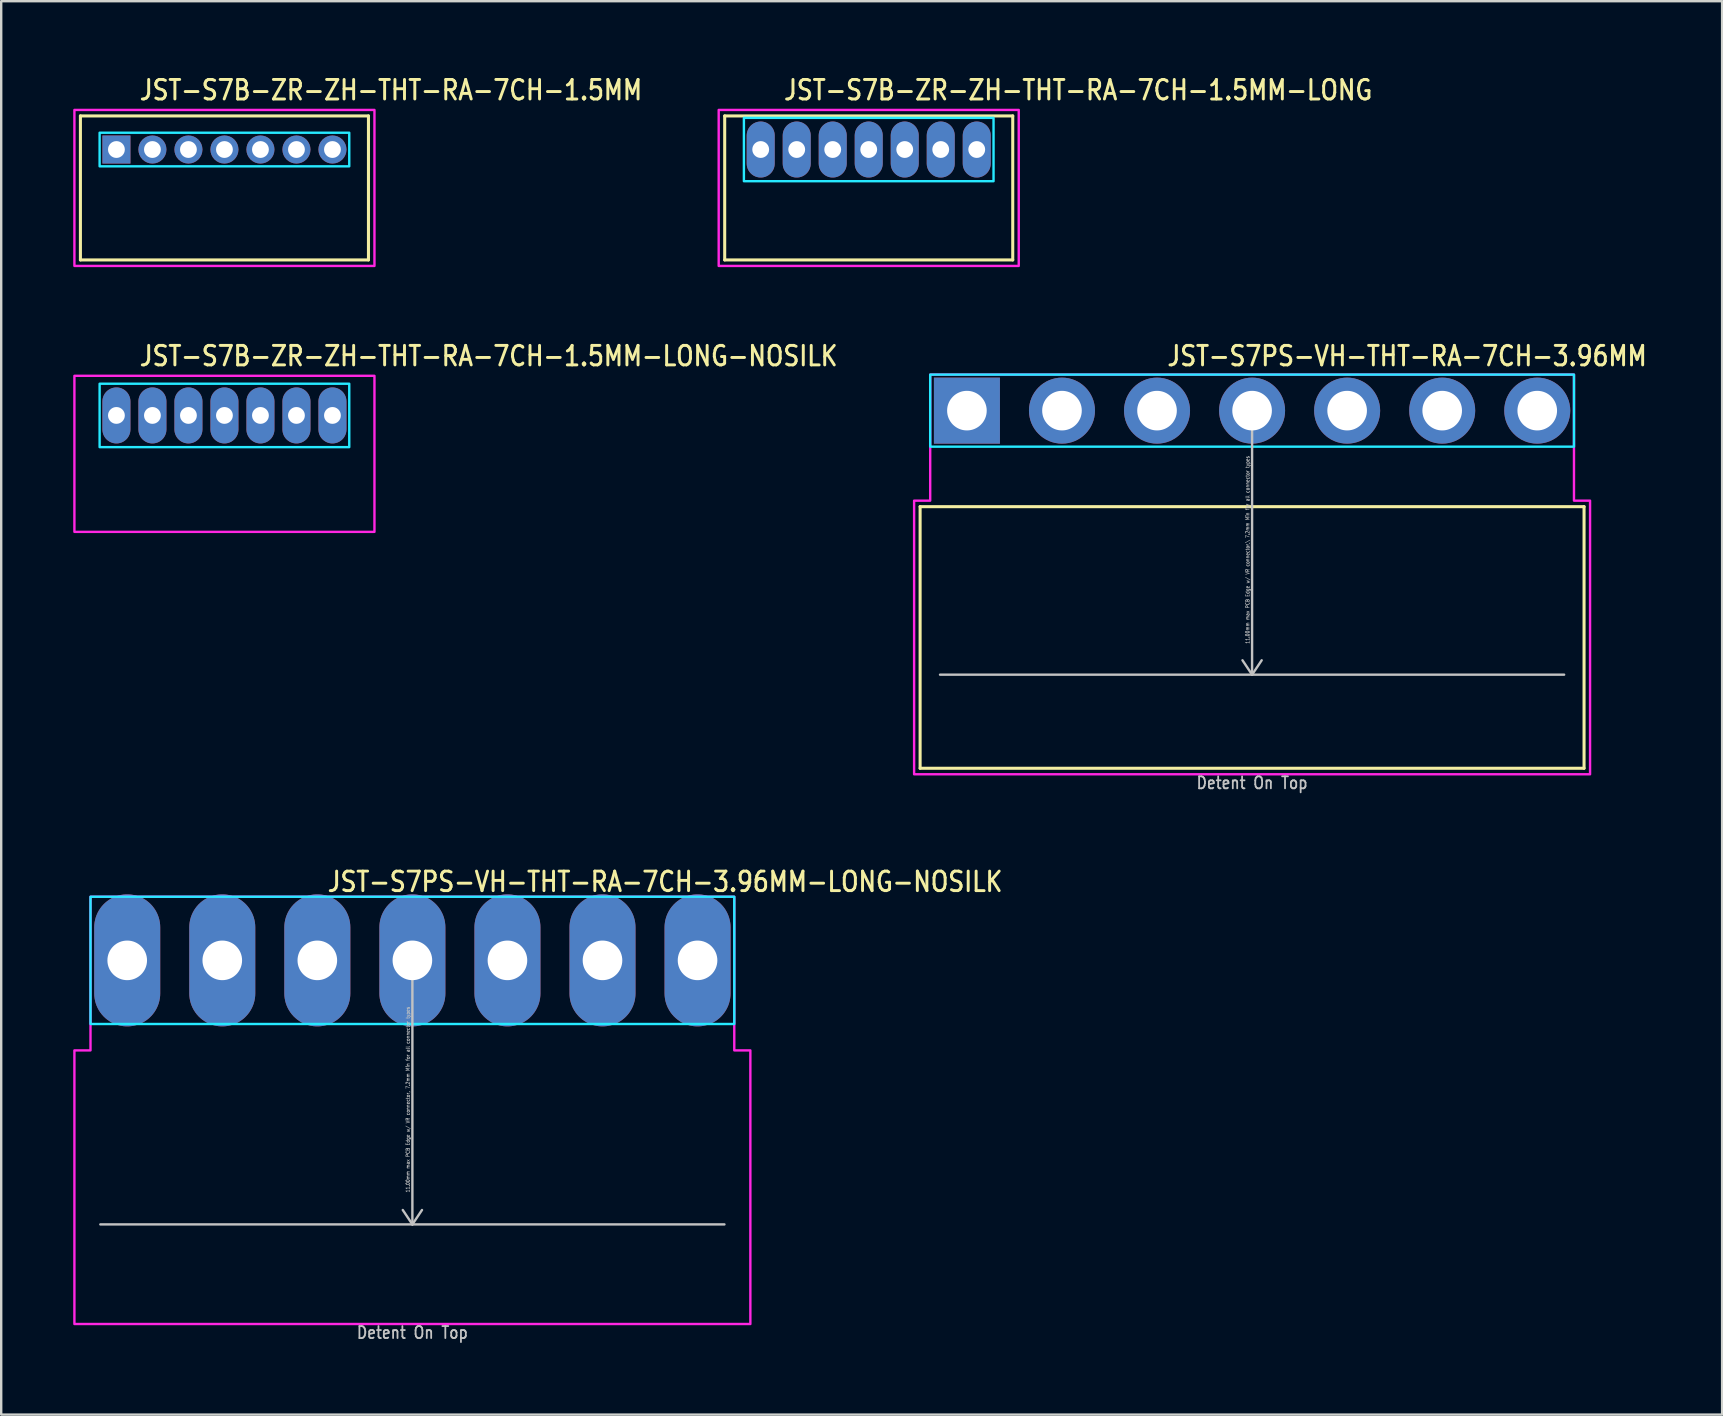
<source format=kicad_pcb>
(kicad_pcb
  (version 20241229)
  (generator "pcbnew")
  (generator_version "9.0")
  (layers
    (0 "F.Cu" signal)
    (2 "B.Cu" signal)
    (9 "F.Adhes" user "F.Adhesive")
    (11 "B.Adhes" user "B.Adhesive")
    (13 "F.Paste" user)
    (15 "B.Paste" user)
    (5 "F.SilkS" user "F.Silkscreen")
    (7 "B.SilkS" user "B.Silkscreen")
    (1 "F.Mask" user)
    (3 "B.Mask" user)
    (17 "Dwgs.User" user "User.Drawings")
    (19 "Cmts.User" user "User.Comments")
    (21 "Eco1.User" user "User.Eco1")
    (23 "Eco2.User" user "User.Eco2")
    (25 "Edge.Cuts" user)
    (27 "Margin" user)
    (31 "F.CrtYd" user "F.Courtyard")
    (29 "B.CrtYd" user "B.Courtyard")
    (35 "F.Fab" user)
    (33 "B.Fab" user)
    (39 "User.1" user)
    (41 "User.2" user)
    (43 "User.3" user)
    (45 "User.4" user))
  (footprint "JST-S7B-ZR-ZH-THT-RA-7CH-1.5MM-LONG-NOSILK"
    (layer "F.Cu")
    (at 6.3 14.257)
    (property "Reference" "JST-S7B-ZR-ZH-THT-RA-7CH-1.5MM-LONG-NOSILK" (at -3.6 -2 0) (unlocked yes) (layer "F.SilkS") (effects (font (size 0.813 0.695) (thickness 0.122)) (justify left bottom)))
    (fp_poly (pts (xy -5.2 -1.32) (xy -5.2 1.32) (xy 5.2 1.32) (xy 5.2 -1.32)) (stroke (width 0.1) (type solid)) (fill no) (layer "B.CrtYd"))
    (fp_poly (pts (xy -6.25 -1.65) (xy -6.25 4.85) (xy 6.25 4.85) (xy 6.25 -1.65)) (stroke (width 0.1) (type solid)) (fill no) (layer "F.CrtYd"))
    (pad "P$1" thru_hole oval (at -4.5 0 90) (size 2.333 1.167) (drill 0.7) (layers "*.Cu" "*.Mask"))
    (pad "P$2" thru_hole oval (at -3 0 90) (size 2.333 1.167) (drill 0.7) (layers "*.Cu" "*.Mask"))
    (pad "P$3" thru_hole oval (at -1.5 0 90) (size 2.333 1.167) (drill 0.7) (layers "*.Cu" "*.Mask"))
    (pad "P$4" thru_hole oval (at 0 0 90) (size 2.333 1.167) (drill 0.7) (layers "*.Cu" "*.Mask"))
    (pad "P$5" thru_hole oval (at 1.5 0 90) (size 2.333 1.167) (drill 0.7) (layers "*.Cu" "*.Mask"))
    (pad "P$6" thru_hole oval (at 3 0 90) (size 2.333 1.167) (drill 0.7) (layers "*.Cu" "*.Mask"))
    (pad "P$7" thru_hole oval (at 4.5 0 90) (size 2.333 1.167) (drill 0.7) (layers "*.Cu" "*.Mask")))
  (footprint "JST-S7PS-VH-THT-RA-7CH-3.96MM-LONG-NOSILK"
    (layer "F.Cu")
    (at 14.13 36.959)
    (property "Reference" "JST-S7PS-VH-THT-RA-7CH-3.96MM-LONG-NOSILK" (at -3.6 -2.8 0) (unlocked yes) (layer "F.SilkS") (effects (font (size 0.813 0.695) (thickness 0.122)) (justify left bottom)))
    (fp_line (start -13 11) (end 13 11) (stroke (width 0.1) (type solid)) (layer "Dwgs.User"))
    (fp_line (start 0 0) (end -0.4 0.6) (stroke (width 0.1) (type solid)) (layer "Dwgs.User"))
    (fp_line (start 0 0) (end 0 11) (stroke (width 0.1) (type solid)) (layer "Dwgs.User"))
    (fp_line (start 0 0) (end 0.4 0.6) (stroke (width 0.1) (type solid)) (layer "Dwgs.User"))
    (fp_line (start 0 11) (end -0.4 10.4) (stroke (width 0.1) (type solid)) (layer "Dwgs.User"))
    (fp_line (start 0 11) (end 0.4 10.4) (stroke (width 0.1) (type solid)) (layer "Dwgs.User"))
    (fp_poly (pts (xy -13.41 -2.65) (xy -13.41 2.65) (xy 13.41 2.65) (xy 13.41 -2.65)) (stroke (width 0.1) (type solid)) (fill no) (layer "B.CrtYd"))
    (fp_poly (pts (xy -14.08 3.75) (xy -14.08 15.15) (xy 14.08 15.15) (xy 14.08 3.75) (xy 13.41 3.75) (xy 13.41 -2.65) (xy -13.41 -2.65) (xy -13.41 3.75)) (stroke (width 0.1) (type solid)) (fill no) (layer "F.CrtYd"))
    (fp_text user "Detent On Top" (at 0 15.8 0) (unlocked yes) (layer "Dwgs.User") (effects (font (size 0.5 0.427) (thickness 0.075)) (justify bottom)))
    (fp_text user "11.00mm max PCB Edge w/ VR connector, 7.2mm Min for all connector types" (at -0.1 5.8 90) (unlocked yes) (layer "Dwgs.User") (effects (font (size 0.15 0.128) (thickness 0.022)) (justify bottom)))
    (pad "P$1" thru_hole oval (at -11.88 0 90) (size 5.5 2.75) (drill 1.65) (layers "*.Cu" "*.Mask"))
    (pad "P$2" thru_hole oval (at -7.92 0 90) (size 5.5 2.75) (drill 1.65) (layers "*.Cu" "*.Mask"))
    (pad "P$3" thru_hole oval (at -3.96 0 90) (size 5.5 2.75) (drill 1.65) (layers "*.Cu" "*.Mask"))
    (pad "P$4" thru_hole oval (at 0 0 90) (size 5.5 2.75) (drill 1.65) (layers "*.Cu" "*.Mask"))
    (pad "P$5" thru_hole oval (at 3.96 0 90) (size 5.5 2.75) (drill 1.65) (layers "*.Cu" "*.Mask"))
    (pad "P$6" thru_hole oval (at 7.92 0 90) (size 5.5 2.75) (drill 1.65) (layers "*.Cu" "*.Mask"))
    (pad "P$7" thru_hole oval (at 11.88 0 90) (size 5.5 2.75) (drill 1.65) (layers "*.Cu" "*.Mask")))
  (footprint "JST-S7B-ZR-ZH-THT-RA-7CH-1.5MM-LONG"
    (layer "F.Cu")
    (at 33.141 3.179)
    (property "Reference" "JST-S7B-ZR-ZH-THT-RA-7CH-1.5MM-LONG" (at -3.6 -2 0) (unlocked yes) (layer "F.SilkS") (effects (font (size 0.813 0.695) (thickness 0.122)) (justify left bottom)))
    (fp_line (start -6 -1.4) (end 6 -1.4) (stroke (width 0.127) (type solid)) (layer "F.SilkS"))
    (fp_line (start -6 4.6) (end -6 -1.4) (stroke (width 0.127) (type solid)) (layer "F.SilkS"))
    (fp_line (start -6 4.6) (end 6 4.6) (stroke (width 0.127) (type solid)) (layer "F.SilkS"))
    (fp_line (start 6 -1.4) (end 6 4.6) (stroke (width 0.127) (type solid)) (layer "F.SilkS"))
    (fp_poly (pts (xy -5.2 -1.32) (xy -5.2 1.32) (xy 5.2 1.32) (xy 5.2 -1.32)) (stroke (width 0.1) (type solid)) (fill no) (layer "B.CrtYd"))
    (fp_poly (pts (xy -6.25 -1.65) (xy -6.25 4.85) (xy 6.25 4.85) (xy 6.25 -1.65)) (stroke (width 0.1) (type solid)) (fill no) (layer "F.CrtYd"))
    (pad "P$1" thru_hole oval (at -4.5 0 90) (size 2.333 1.167) (drill 0.7) (layers "*.Cu" "*.Mask"))
    (pad "P$2" thru_hole oval (at -3 0 90) (size 2.333 1.167) (drill 0.7) (layers "*.Cu" "*.Mask"))
    (pad "P$3" thru_hole oval (at -1.5 0 90) (size 2.333 1.167) (drill 0.7) (layers "*.Cu" "*.Mask"))
    (pad "P$4" thru_hole oval (at 0 0 90) (size 2.333 1.167) (drill 0.7) (layers "*.Cu" "*.Mask"))
    (pad "P$5" thru_hole oval (at 1.5 0 90) (size 2.333 1.167) (drill 0.7) (layers "*.Cu" "*.Mask"))
    (pad "P$6" thru_hole oval (at 3 0 90) (size 2.333 1.167) (drill 0.7) (layers "*.Cu" "*.Mask"))
    (pad "P$7" thru_hole oval (at 4.5 0 90) (size 2.333 1.167) (drill 0.7) (layers "*.Cu" "*.Mask")))
  (footprint "JST-S7PS-VH-THT-RA-7CH-3.96MM"
    (layer "F.Cu")
    (at 49.112 14.057)
    (property "Reference" "JST-S7PS-VH-THT-RA-7CH-3.96MM" (at -3.6 -1.8 0) (unlocked yes) (layer "F.SilkS") (effects (font (size 0.813 0.695) (thickness 0.122)) (justify left bottom)))
    (fp_line (start -13.83 4) (end 13.83 4) (stroke (width 0.127) (type solid)) (layer "F.SilkS"))
    (fp_line (start -13.83 14.9) (end -13.83 4) (stroke (width 0.127) (type solid)) (layer "F.SilkS"))
    (fp_line (start -13.83 14.9) (end 13.83 14.9) (stroke (width 0.127) (type solid)) (layer "F.SilkS"))
    (fp_line (start 13.83 4) (end 13.83 14.9) (stroke (width 0.127) (type solid)) (layer "F.SilkS"))
    (fp_line (start -13 11) (end 13 11) (stroke (width 0.1) (type solid)) (layer "Dwgs.User"))
    (fp_line (start 0 0) (end -0.4 0.6) (stroke (width 0.1) (type solid)) (layer "Dwgs.User"))
    (fp_line (start 0 0) (end 0 11) (stroke (width 0.1) (type solid)) (layer "Dwgs.User"))
    (fp_line (start 0 0) (end 0.4 0.6) (stroke (width 0.1) (type solid)) (layer "Dwgs.User"))
    (fp_line (start 0 11) (end -0.4 10.4) (stroke (width 0.1) (type solid)) (layer "Dwgs.User"))
    (fp_line (start 0 11) (end 0.4 10.4) (stroke (width 0.1) (type solid)) (layer "Dwgs.User"))
    (fp_poly (pts (xy -13.41 -1.5) (xy -13.41 1.5) (xy 13.41 1.5) (xy 13.41 -1.5)) (stroke (width 0.1) (type solid)) (fill no) (layer "B.CrtYd"))
    (fp_poly (pts (xy -14.08 3.75) (xy -14.08 15.15) (xy 14.08 15.15) (xy 14.08 3.75) (xy 13.41 3.75) (xy 13.41 -1.5) (xy -13.41 -1.5) (xy -13.41 3.75)) (stroke (width 0.1) (type solid)) (fill no) (layer "F.CrtYd"))
    (fp_text user "11.00mm max PCB Edge w/ VR connector,\\ 7.2mm Min for all connector types" (at -0.1 5.8 90) (unlocked yes) (layer "Dwgs.User") (effects (font (size 0.15 0.128) (thickness 0.022)) (justify bottom)))
    (fp_text user "Detent On Top" (at 0 15.8 0) (unlocked yes) (layer "Dwgs.User") (effects (font (size 0.5 0.427) (thickness 0.075)) (justify bottom)))
    (pad "P$1" thru_hole rect (at -11.88 0) (size 2.75 2.75) (drill 1.65) (layers "*.Cu" "*.Mask"))
    (pad "P$2" thru_hole oval (at -7.92 0) (size 2.75 2.75) (drill 1.65) (layers "*.Cu" "*.Mask"))
    (pad "P$3" thru_hole oval (at -3.96 0) (size 2.75 2.75) (drill 1.65) (layers "*.Cu" "*.Mask"))
    (pad "P$4" thru_hole oval (at 0 0) (size 2.75 2.75) (drill 1.65) (layers "*.Cu" "*.Mask"))
    (pad "P$5" thru_hole oval (at 3.96 0) (size 2.75 2.75) (drill 1.65) (layers "*.Cu" "*.Mask"))
    (pad "P$6" thru_hole oval (at 7.92 0) (size 2.75 2.75) (drill 1.65) (layers "*.Cu" "*.Mask"))
    (pad "P$7" thru_hole oval (at 11.88 0) (size 2.75 2.75) (drill 1.65) (layers "*.Cu" "*.Mask")))
  (footprint "JST-S7B-ZR-ZH-THT-RA-7CH-1.5MM"
    (layer "F.Cu")
    (at 6.3 3.179)
    (property "Reference" "JST-S7B-ZR-ZH-THT-RA-7CH-1.5MM" (at -3.6 -2 0) (unlocked yes) (layer "F.SilkS") (effects (font (size 0.813 0.695) (thickness 0.122)) (justify left bottom)))
    (fp_line (start -6 -1.4) (end 6 -1.4) (stroke (width 0.127) (type solid)) (layer "F.SilkS"))
    (fp_line (start -6 4.6) (end -6 -1.4) (stroke (width 0.127) (type solid)) (layer "F.SilkS"))
    (fp_line (start -6 4.6) (end 6 4.6) (stroke (width 0.127) (type solid)) (layer "F.SilkS"))
    (fp_line (start 6 -1.4) (end 6 4.6) (stroke (width 0.127) (type solid)) (layer "F.SilkS"))
    (fp_poly (pts (xy -5.2 -0.7) (xy -5.2 0.7) (xy 5.2 0.7) (xy 5.2 -0.7)) (stroke (width 0.1) (type solid)) (fill no) (layer "B.CrtYd"))
    (fp_poly (pts (xy -6.25 -1.65) (xy -6.25 4.85) (xy 6.25 4.85) (xy 6.25 -1.65)) (stroke (width 0.1) (type solid)) (fill no) (layer "F.CrtYd"))
    (pad "P$1" thru_hole rect (at -4.5 0) (size 1.167 1.167) (drill 0.7) (layers "*.Cu" "*.Mask"))
    (pad "P$2" thru_hole oval (at -3 0) (size 1.167 1.167) (drill 0.7) (layers "*.Cu" "*.Mask"))
    (pad "P$3" thru_hole oval (at -1.5 0) (size 1.167 1.167) (drill 0.7) (layers "*.Cu" "*.Mask"))
    (pad "P$4" thru_hole oval (at 0 0) (size 1.167 1.167) (drill 0.7) (layers "*.Cu" "*.Mask"))
    (pad "P$5" thru_hole oval (at 1.5 0) (size 1.167 1.167) (drill 0.7) (layers "*.Cu" "*.Mask"))
    (pad "P$6" thru_hole oval (at 3 0) (size 1.167 1.167) (drill 0.7) (layers "*.Cu" "*.Mask"))
    (pad "P$7" thru_hole oval (at 4.5 0) (size 1.167 1.167) (drill 0.7) (layers "*.Cu" "*.Mask")))
  (gr_rect
    (start -3 -3)
    (end 68.694 55.882)
    (stroke (width 0.1) (type default))
    (fill no)
    (layer "Edge.Cuts")))
</source>
